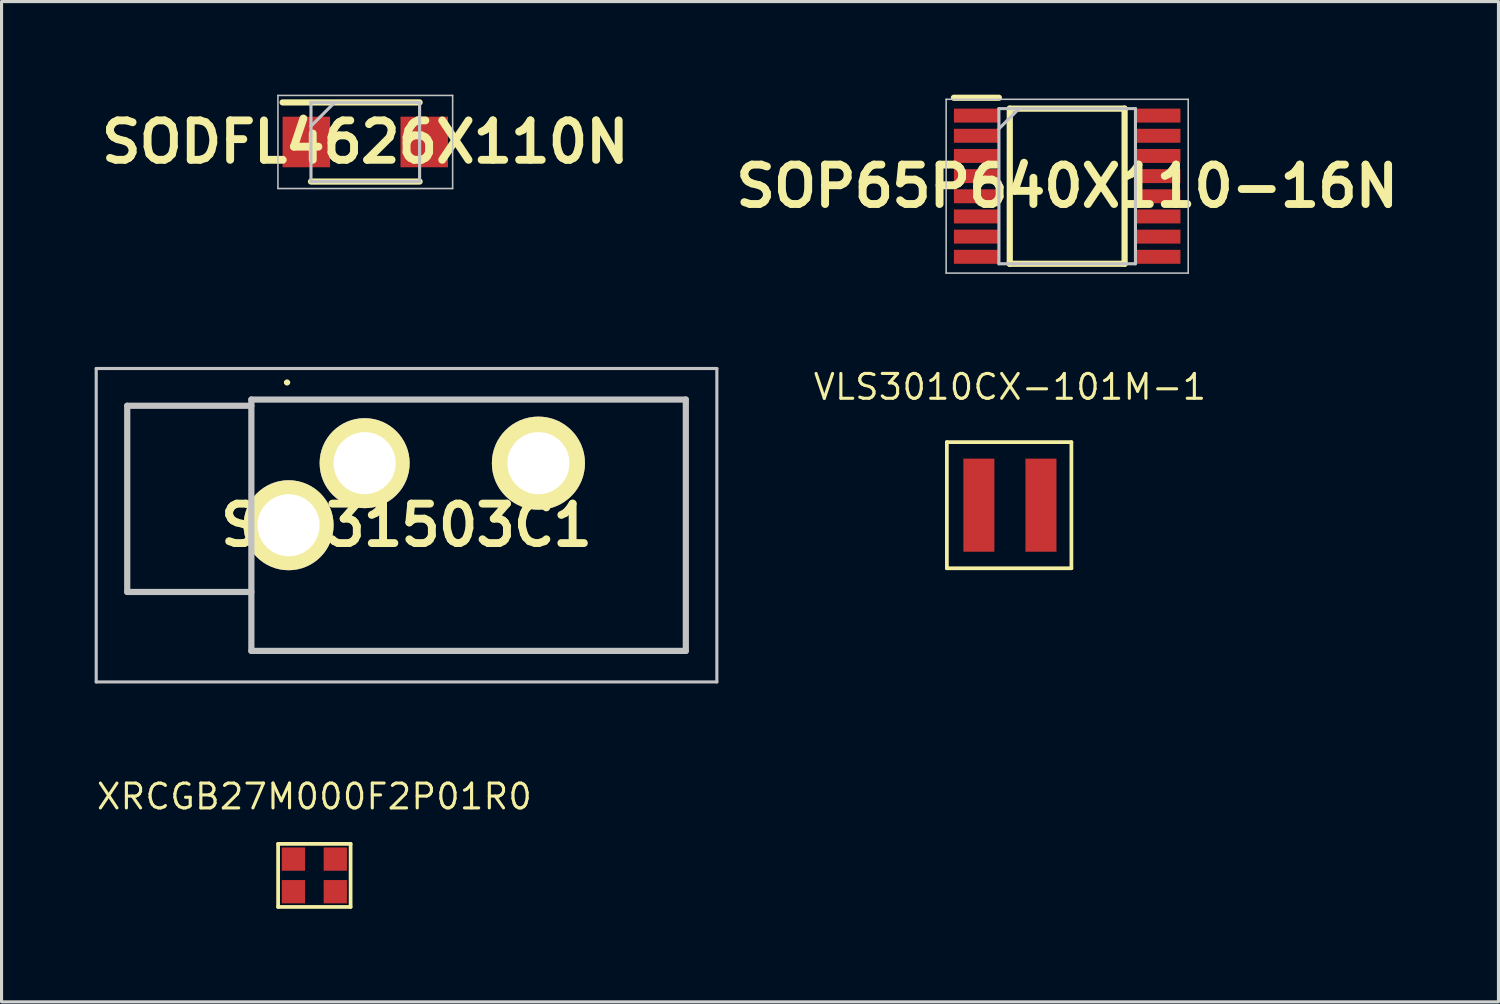
<source format=kicad_pcb>
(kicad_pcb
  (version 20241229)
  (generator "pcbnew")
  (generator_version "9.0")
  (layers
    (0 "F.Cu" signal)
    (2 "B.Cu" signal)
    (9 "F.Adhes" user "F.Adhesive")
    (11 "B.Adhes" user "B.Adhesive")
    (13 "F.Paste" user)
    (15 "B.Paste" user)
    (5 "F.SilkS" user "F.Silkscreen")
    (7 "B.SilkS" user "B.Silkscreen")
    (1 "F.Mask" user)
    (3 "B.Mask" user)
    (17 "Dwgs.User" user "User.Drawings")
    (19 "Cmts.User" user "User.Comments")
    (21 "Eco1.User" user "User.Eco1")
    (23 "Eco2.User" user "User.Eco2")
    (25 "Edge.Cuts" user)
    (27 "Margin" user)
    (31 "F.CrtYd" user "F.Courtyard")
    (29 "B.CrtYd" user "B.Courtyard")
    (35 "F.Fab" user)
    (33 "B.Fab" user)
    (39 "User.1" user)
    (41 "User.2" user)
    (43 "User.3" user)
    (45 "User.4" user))
  (footprint "SODFL4626X110N"
    (layer "F.Cu")
    (at 8.721 1.525)
    (property "Reference" "SODFL4626X110N" (at 0 0 0) (layer "F.SilkS") (effects (font (size 1.27 1.27) (thickness 0.254))))
    (attr smd)
    (fp_line (start -2.665 -1.275) (end 1.75 -1.275) (stroke (width 0.2) (type solid)) (layer "F.SilkS"))
    (fp_line (start -1.75 1.275) (end 1.75 1.275) (stroke (width 0.2) (type solid)) (layer "F.SilkS"))
    (fp_line (start -2.815 -1.5) (end 2.815 -1.5) (stroke (width 0.05) (type solid)) (layer "Dwgs.User"))
    (fp_line (start -2.815 1.5) (end -2.815 -1.5) (stroke (width 0.05) (type solid)) (layer "Dwgs.User"))
    (fp_line (start -1.75 -1.275) (end 1.75 -1.275) (stroke (width 0.1) (type solid)) (layer "Dwgs.User"))
    (fp_line (start -1.75 -0.51) (end -0.985 -1.275) (stroke (width 0.1) (type solid)) (layer "Dwgs.User"))
    (fp_line (start -1.75 1.275) (end -1.75 -1.275) (stroke (width 0.1) (type solid)) (layer "Dwgs.User"))
    (fp_line (start 1.75 -1.275) (end 1.75 1.275) (stroke (width 0.1) (type solid)) (layer "Dwgs.User"))
    (fp_line (start 1.75 1.275) (end -1.75 1.275) (stroke (width 0.1) (type solid)) (layer "Dwgs.User"))
    (fp_line (start 2.815 -1.5) (end 2.815 1.5) (stroke (width 0.05) (type solid)) (layer "Dwgs.User"))
    (fp_line (start 2.815 1.5) (end -2.815 1.5) (stroke (width 0.05) (type solid)) (layer "Dwgs.User"))
    (pad "1" smd rect (at -1.9 0) (size 1.53 1.63) (layers "F.Cu" "F.Mask" "F.Paste"))
    (pad "2" smd rect (at 1.9 0) (size 1.53 1.63) (layers "F.Cu" "F.Mask" "F.Paste")))
  (footprint "SOP65P640X110-16N"
    (layer "F.Cu")
    (at 31.339 2.95)
    (property "Reference" "SOP65P640X110-16N" (at 0 0 0) (layer "F.SilkS") (effects (font (size 1.27 1.27) (thickness 0.254))))
    (attr smd)
    (fp_line (start -3.65 -2.85) (end -2.2 -2.85) (stroke (width 0.2) (type solid)) (layer "F.SilkS"))
    (fp_line (start -1.85 -2.5) (end 1.85 -2.5) (stroke (width 0.2) (type solid)) (layer "F.SilkS"))
    (fp_line (start -1.85 2.5) (end -1.85 -2.5) (stroke (width 0.2) (type solid)) (layer "F.SilkS"))
    (fp_line (start 1.85 -2.5) (end 1.85 2.5) (stroke (width 0.2) (type solid)) (layer "F.SilkS"))
    (fp_line (start 1.85 2.5) (end -1.85 2.5) (stroke (width 0.2) (type solid)) (layer "F.SilkS"))
    (fp_line (start -3.9 -2.8) (end 3.9 -2.8) (stroke (width 0.05) (type solid)) (layer "Dwgs.User"))
    (fp_line (start -3.9 2.8) (end -3.9 -2.8) (stroke (width 0.05) (type solid)) (layer "Dwgs.User"))
    (fp_line (start -2.2 -2.5) (end 2.2 -2.5) (stroke (width 0.1) (type solid)) (layer "Dwgs.User"))
    (fp_line (start -2.2 -1.85) (end -1.55 -2.5) (stroke (width 0.1) (type solid)) (layer "Dwgs.User"))
    (fp_line (start -2.2 2.5) (end -2.2 -2.5) (stroke (width 0.1) (type solid)) (layer "Dwgs.User"))
    (fp_line (start 2.2 -2.5) (end 2.2 2.5) (stroke (width 0.1) (type solid)) (layer "Dwgs.User"))
    (fp_line (start 2.2 2.5) (end -2.2 2.5) (stroke (width 0.1) (type solid)) (layer "Dwgs.User"))
    (fp_line (start 3.9 -2.8) (end 3.9 2.8) (stroke (width 0.05) (type solid)) (layer "Dwgs.User"))
    (fp_line (start 3.9 2.8) (end -3.9 2.8) (stroke (width 0.05) (type solid)) (layer "Dwgs.User"))
    (pad "1" smd rect (at -2.925 -2.275 90) (size 0.45 1.45) (layers "F.Cu" "F.Mask" "F.Paste"))
    (pad "2" smd rect (at -2.925 -1.625 90) (size 0.45 1.45) (layers "F.Cu" "F.Mask" "F.Paste"))
    (pad "3" smd rect (at -2.925 -0.975 90) (size 0.45 1.45) (layers "F.Cu" "F.Mask" "F.Paste"))
    (pad "4" smd rect (at -2.925 -0.325 90) (size 0.45 1.45) (layers "F.Cu" "F.Mask" "F.Paste"))
    (pad "5" smd rect (at -2.925 0.325 90) (size 0.45 1.45) (layers "F.Cu" "F.Mask" "F.Paste"))
    (pad "6" smd rect (at -2.925 0.975 90) (size 0.45 1.45) (layers "F.Cu" "F.Mask" "F.Paste"))
    (pad "7" smd rect (at -2.925 1.625 90) (size 0.45 1.45) (layers "F.Cu" "F.Mask" "F.Paste"))
    (pad "8" smd rect (at -2.925 2.275 90) (size 0.45 1.45) (layers "F.Cu" "F.Mask" "F.Paste"))
    (pad "9" smd rect (at 2.925 2.275 90) (size 0.45 1.45) (layers "F.Cu" "F.Mask" "F.Paste"))
    (pad "10" smd rect (at 2.925 1.625 90) (size 0.45 1.45) (layers "F.Cu" "F.Mask" "F.Paste"))
    (pad "11" smd rect (at 2.925 0.975 90) (size 0.45 1.45) (layers "F.Cu" "F.Mask" "F.Paste"))
    (pad "12" smd rect (at 2.925 0.325 90) (size 0.45 1.45) (layers "F.Cu" "F.Mask" "F.Paste"))
    (pad "13" smd rect (at 2.925 -0.325 90) (size 0.45 1.45) (layers "F.Cu" "F.Mask" "F.Paste"))
    (pad "14" smd rect (at 2.925 -0.975 90) (size 0.45 1.45) (layers "F.Cu" "F.Mask" "F.Paste"))
    (pad "15" smd rect (at 2.925 -1.625 90) (size 0.45 1.45) (layers "F.Cu" "F.Mask" "F.Paste"))
    (pad "16" smd rect (at 2.925 -2.275 90) (size 0.45 1.45) (layers "F.Cu" "F.Mask" "F.Paste")))
  (footprint "XRCGB27M000F2P01R0"
    (layer "F.Cu")
    (at 7.08 25.159)
    (property "Reference" "XRCGB27M000F2P01R0" (at 0 -2.54 0) (layer "F.SilkS") (effects (font (size 0.8 0.8) (thickness 0.1))))
    (attr through_hole)
    (fp_line (start -1.168 -1.016) (end -1.168 1.016) (stroke (width 0.12) (type solid)) (layer "F.SilkS"))
    (fp_line (start -1.168 1.016) (end 1.168 1.016) (stroke (width 0.12) (type solid)) (layer "F.SilkS"))
    (fp_line (start 1.168 -1.016) (end -1.168 -1.016) (stroke (width 0.12) (type solid)) (layer "F.SilkS"))
    (fp_line (start 1.168 1.016) (end 1.168 -1.016) (stroke (width 0.12) (type solid)) (layer "F.SilkS"))
    (pad "1" smd rect (at -0.675 -0.525) (size 0.75 0.75) (layers "F.Cu" "F.Mask" "F.Paste"))
    (pad "2" smd rect (at 0.675 -0.525) (size 0.75 0.75) (layers "F.Cu" "F.Mask" "F.Paste"))
    (pad "3" smd rect (at 0.675 0.525) (size 0.75 0.75) (layers "F.Cu" "F.Mask" "F.Paste"))
    (pad "4" smd rect (at -0.675 0.525) (size 0.75 0.75) (layers "F.Cu" "F.Mask" "F.Paste")))
  (footprint "VLS3010CX-101M-1"
    (layer "F.Cu")
    (at 29.494 13.229)
    (property "Reference" "VLS3010CX-101M-1" (at 0 -3.81 0) (layer "F.SilkS") (effects (font (size 0.8 0.8) (thickness 0.1))))
    (attr through_hole)
    (fp_line (start -2.032 -2.032) (end -2.032 2.032) (stroke (width 0.12) (type solid)) (layer "F.SilkS"))
    (fp_line (start -2.032 2.032) (end 1.981 2.032) (stroke (width 0.12) (type solid)) (layer "F.SilkS"))
    (fp_line (start 1.981 -2.032) (end -2.032 -2.032) (stroke (width 0.12) (type solid)) (layer "F.SilkS"))
    (fp_line (start 1.981 2.032) (end 1.981 -2.032) (stroke (width 0.12) (type solid)) (layer "F.SilkS"))
    (pad "1" smd rect (at -1 0) (size 1 3) (layers "F.Cu" "F.Mask" "F.Paste"))
    (pad "2" smd rect (at 1 0) (size 1 3) (layers "F.Cu" "F.Mask" "F.Paste")))
  (footprint "STX31503C1"
    (layer "F.Cu")
    (at 6.25 13.875)
    (property "Reference" "STX31503C1" (at 3.8 0 0) (layer "F.SilkS") (effects (font (size 1.27 1.27) (thickness 0.254))))
    (attr through_hole)
    (fp_line (start -5.2 -3.85) (end -1.2 -3.85) (stroke (width 0.1) (type solid)) (layer "F.SilkS"))
    (fp_line (start -5.2 2.15) (end -5.2 -3.85) (stroke (width 0.1) (type solid)) (layer "F.SilkS"))
    (fp_line (start -1.2 -4.05) (end -1.2 -1.5) (stroke (width 0.1) (type solid)) (layer "F.SilkS"))
    (fp_line (start -1.2 1.5) (end -1.2 4.05) (stroke (width 0.1) (type solid)) (layer "F.SilkS"))
    (fp_line (start -1.2 2.15) (end -5.2 2.15) (stroke (width 0.1) (type solid)) (layer "F.SilkS"))
    (fp_line (start -1.2 4.05) (end 12.8 4.05) (stroke (width 0.1) (type solid)) (layer "F.SilkS"))
    (fp_line (start -0.1 -4.6) (end -0.1 -4.6) (stroke (width 0.1) (type solid)) (layer "F.SilkS"))
    (fp_line (start 0 -4.6) (end 0 -4.6) (stroke (width 0.1) (type solid)) (layer "F.SilkS"))
    (fp_line (start 12.8 -4.05) (end -1.2 -4.05) (stroke (width 0.1) (type solid)) (layer "F.SilkS"))
    (fp_line (start 12.8 4.05) (end 12.8 -4.05) (stroke (width 0.1) (type solid)) (layer "F.SilkS"))
    (fp_arc (start -0.1 -4.6) (mid -0.05 -4.65) (end 0 -4.6) (stroke (width 0.1) (type solid)) (layer "F.SilkS"))
    (fp_arc (start 0 -4.6) (mid -0.05 -4.55) (end -0.1 -4.6) (stroke (width 0.1) (type solid)) (layer "F.SilkS"))
    (fp_line (start -6.2 -5.05) (end -6.2 5.05) (stroke (width 0.1) (type solid)) (layer "Dwgs.User"))
    (fp_line (start -6.2 5.05) (end 13.8 5.05) (stroke (width 0.1) (type solid)) (layer "Dwgs.User"))
    (fp_line (start -5.2 -3.85) (end -1.2 -3.85) (stroke (width 0.2) (type solid)) (layer "Dwgs.User"))
    (fp_line (start -5.2 2.15) (end -5.2 -3.85) (stroke (width 0.2) (type solid)) (layer "Dwgs.User"))
    (fp_line (start -1.2 -4.05) (end -1.2 4.05) (stroke (width 0.2) (type solid)) (layer "Dwgs.User"))
    (fp_line (start -1.2 2.15) (end -5.2 2.15) (stroke (width 0.2) (type solid)) (layer "Dwgs.User"))
    (fp_line (start -1.2 4.05) (end 12.8 4.05) (stroke (width 0.2) (type solid)) (layer "Dwgs.User"))
    (fp_line (start 12.8 -4.05) (end -1.2 -4.05) (stroke (width 0.2) (type solid)) (layer "Dwgs.User"))
    (fp_line (start 12.8 4.05) (end 12.8 -4.05) (stroke (width 0.2) (type solid)) (layer "Dwgs.User"))
    (fp_line (start 13.8 -5.05) (end -6.2 -5.05) (stroke (width 0.1) (type solid)) (layer "Dwgs.User"))
    (fp_line (start 13.8 5.05) (end 13.8 -5.05) (stroke (width 0.1) (type solid)) (layer "Dwgs.User"))
    (pad "1" thru_hole circle (at 0 0 90) (size 2.9 2.9) (drill 2) (layers "*.Cu" "*.Mask" "F.SilkS"))
    (pad "2" thru_hole circle (at 2.45 -2 90) (size 2.9 2.9) (drill 2) (layers "*.Cu" "*.Mask" "F.SilkS"))
    (pad "4" thru_hole circle (at 8.05 -2 90) (size 3 3) (drill 2) (layers "*.Cu" "*.Mask" "F.SilkS")))
  (gr_rect
    (start -3 -3)
    (end 45.237 29.235)
    (stroke (width 0.1) (type default))
    (fill no)
    (layer "Edge.Cuts")))
</source>
